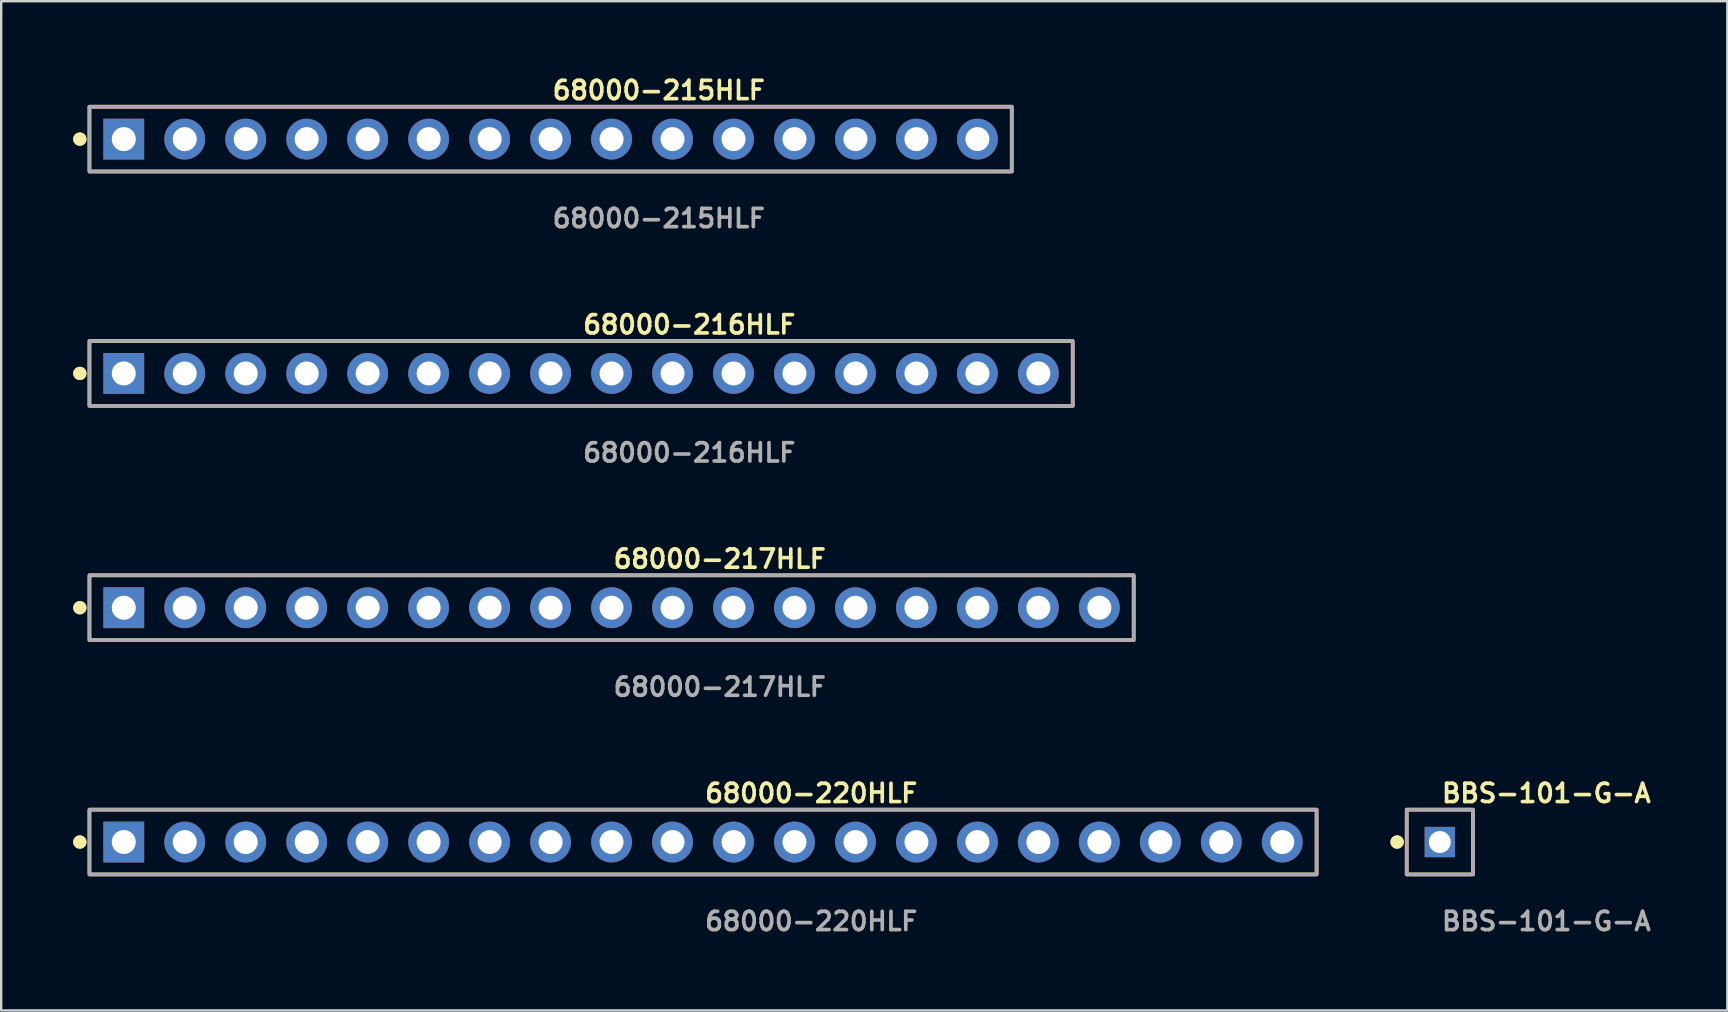
<source format=kicad_pcb>
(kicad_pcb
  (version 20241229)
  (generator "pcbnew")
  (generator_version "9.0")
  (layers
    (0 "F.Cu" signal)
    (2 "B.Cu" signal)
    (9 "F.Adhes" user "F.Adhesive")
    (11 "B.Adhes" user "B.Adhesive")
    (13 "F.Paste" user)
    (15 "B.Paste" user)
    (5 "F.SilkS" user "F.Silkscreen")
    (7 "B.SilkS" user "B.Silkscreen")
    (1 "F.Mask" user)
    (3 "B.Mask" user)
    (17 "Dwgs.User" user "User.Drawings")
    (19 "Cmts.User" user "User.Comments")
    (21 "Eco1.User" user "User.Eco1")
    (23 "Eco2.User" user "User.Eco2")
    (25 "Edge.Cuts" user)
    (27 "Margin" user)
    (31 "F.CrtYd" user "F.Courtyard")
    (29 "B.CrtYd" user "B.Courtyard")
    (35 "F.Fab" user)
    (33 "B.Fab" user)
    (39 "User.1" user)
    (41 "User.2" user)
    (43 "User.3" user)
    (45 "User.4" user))
  (footprint "68000-215HLF"
    (layer "F.Cu")
    (at 19.886 2.745)
    (property "Reference" "68000-215HLF" (at 0 -2.032 0) (unlocked yes) (layer "F.SilkS") (effects (font (size 0.762 0.762) (thickness 0.152)) (justify left)))
    (fp_rect (start -19.21 1.35) (end 19.21 -1.35) (stroke (width 0.152) (type solid)) (fill no) (layer "F.SilkS"))
    (fp_circle (center -19.61 0) (end -19.81 0) (stroke (width 0.152) (type solid)) (fill yes) (layer "F.SilkS"))
    (fp_circle (center -19.61 0) (end -19.81 0) (stroke (width 0.152) (type solid)) (fill yes) (layer "F.SilkS"))
    (fp_rect (start -19.21 1.35) (end 19.21 -1.35) (stroke (width 0.006) (type solid)) (fill no) (layer "F.CrtYd"))
    (fp_rect (start -19.21 1.35) (end 19.21 -1.35) (stroke (width 0.152) (type solid)) (fill no) (layer "F.Fab"))
    (fp_text user "${REFERENCE}" (at 0 3.302 0) (unlocked yes) (layer "F.Fab") (effects (font (size 0.762 0.762) (thickness 0.152)) (justify left)))
    (pad "1" thru_hole rect (at -17.78 0) (size 1.7 1.7) (drill 1) (layers "*.Cu" "*.Mask"))
    (pad "2" thru_hole circle (at -15.24 0) (size 1.7 1.7) (drill 1) (layers "*.Cu" "*.Mask"))
    (pad "3" thru_hole circle (at -12.7 0) (size 1.7 1.7) (drill 1) (layers "*.Cu" "*.Mask"))
    (pad "4" thru_hole circle (at -10.16 0) (size 1.7 1.7) (drill 1) (layers "*.Cu" "*.Mask"))
    (pad "5" thru_hole circle (at -7.62 0) (size 1.7 1.7) (drill 1) (layers "*.Cu" "*.Mask"))
    (pad "6" thru_hole circle (at -5.08 0) (size 1.7 1.7) (drill 1) (layers "*.Cu" "*.Mask"))
    (pad "7" thru_hole circle (at -2.54 0) (size 1.7 1.7) (drill 1) (layers "*.Cu" "*.Mask"))
    (pad "8" thru_hole circle (at 0 0) (size 1.7 1.7) (drill 1) (layers "*.Cu" "*.Mask"))
    (pad "9" thru_hole circle (at 2.54 0) (size 1.7 1.7) (drill 1) (layers "*.Cu" "*.Mask"))
    (pad "10" thru_hole circle (at 5.08 0) (size 1.7 1.7) (drill 1) (layers "*.Cu" "*.Mask"))
    (pad "11" thru_hole circle (at 7.62 0) (size 1.7 1.7) (drill 1) (layers "*.Cu" "*.Mask"))
    (pad "12" thru_hole circle (at 10.16 0) (size 1.7 1.7) (drill 1) (layers "*.Cu" "*.Mask"))
    (pad "13" thru_hole circle (at 12.7 0) (size 1.7 1.7) (drill 1) (layers "*.Cu" "*.Mask"))
    (pad "14" thru_hole circle (at 15.24 0) (size 1.7 1.7) (drill 1) (layers "*.Cu" "*.Mask"))
    (pad "15" thru_hole circle (at 17.78 0) (size 1.7 1.7) (drill 1) (layers "*.Cu" "*.Mask")))
  (footprint "68000-220HLF"
    (layer "F.Cu")
    (at 26.236 32.027)
    (property "Reference" "68000-220HLF" (at 0 -2.032 0) (unlocked yes) (layer "F.SilkS") (effects (font (size 0.762 0.762) (thickness 0.152)) (justify left)))
    (fp_rect (start -25.56 1.35) (end 25.56 -1.35) (stroke (width 0.152) (type solid)) (fill no) (layer "F.SilkS"))
    (fp_circle (center -25.96 0) (end -26.16 0) (stroke (width 0.152) (type solid)) (fill yes) (layer "F.SilkS"))
    (fp_circle (center -25.96 0) (end -26.16 0) (stroke (width 0.152) (type solid)) (fill yes) (layer "F.SilkS"))
    (fp_rect (start -25.56 1.35) (end 25.56 -1.35) (stroke (width 0.006) (type solid)) (fill no) (layer "F.CrtYd"))
    (fp_rect (start -25.56 1.35) (end 25.56 -1.35) (stroke (width 0.152) (type solid)) (fill no) (layer "F.Fab"))
    (fp_text user "${REFERENCE}" (at 0 3.302 0) (unlocked yes) (layer "F.Fab") (effects (font (size 0.762 0.762) (thickness 0.152)) (justify left)))
    (pad "1" thru_hole rect (at -24.13 0) (size 1.7 1.7) (drill 1) (layers "*.Cu" "*.Mask"))
    (pad "2" thru_hole circle (at -21.59 0) (size 1.7 1.7) (drill 1) (layers "*.Cu" "*.Mask"))
    (pad "3" thru_hole circle (at -19.05 0) (size 1.7 1.7) (drill 1) (layers "*.Cu" "*.Mask"))
    (pad "4" thru_hole circle (at -16.51 0) (size 1.7 1.7) (drill 1) (layers "*.Cu" "*.Mask"))
    (pad "5" thru_hole circle (at -13.97 0) (size 1.7 1.7) (drill 1) (layers "*.Cu" "*.Mask"))
    (pad "6" thru_hole circle (at -11.43 0) (size 1.7 1.7) (drill 1) (layers "*.Cu" "*.Mask"))
    (pad "7" thru_hole circle (at -8.89 0) (size 1.7 1.7) (drill 1) (layers "*.Cu" "*.Mask"))
    (pad "8" thru_hole circle (at -6.35 0) (size 1.7 1.7) (drill 1) (layers "*.Cu" "*.Mask"))
    (pad "9" thru_hole circle (at -3.81 0) (size 1.7 1.7) (drill 1) (layers "*.Cu" "*.Mask"))
    (pad "10" thru_hole circle (at -1.27 0) (size 1.7 1.7) (drill 1) (layers "*.Cu" "*.Mask"))
    (pad "11" thru_hole circle (at 1.27 0) (size 1.7 1.7) (drill 1) (layers "*.Cu" "*.Mask"))
    (pad "12" thru_hole circle (at 3.81 0) (size 1.7 1.7) (drill 1) (layers "*.Cu" "*.Mask"))
    (pad "13" thru_hole circle (at 6.35 0) (size 1.7 1.7) (drill 1) (layers "*.Cu" "*.Mask"))
    (pad "14" thru_hole circle (at 8.89 0) (size 1.7 1.7) (drill 1) (layers "*.Cu" "*.Mask"))
    (pad "15" thru_hole circle (at 11.43 0) (size 1.7 1.7) (drill 1) (layers "*.Cu" "*.Mask"))
    (pad "16" thru_hole circle (at 13.97 0) (size 1.7 1.7) (drill 1) (layers "*.Cu" "*.Mask"))
    (pad "17" thru_hole circle (at 16.51 0) (size 1.7 1.7) (drill 1) (layers "*.Cu" "*.Mask"))
    (pad "18" thru_hole circle (at 19.05 0) (size 1.7 1.7) (drill 1) (layers "*.Cu" "*.Mask"))
    (pad "19" thru_hole circle (at 21.59 0) (size 1.7 1.7) (drill 1) (layers "*.Cu" "*.Mask"))
    (pad "20" thru_hole circle (at 24.13 0) (size 1.7 1.7) (drill 1) (layers "*.Cu" "*.Mask")))
  (footprint "68000-216HLF"
    (layer "F.Cu")
    (at 21.156 12.506)
    (property "Reference" "68000-216HLF" (at 0 -2.032 0) (unlocked yes) (layer "F.SilkS") (effects (font (size 0.762 0.762) (thickness 0.152)) (justify left)))
    (fp_rect (start -20.48 1.35) (end 20.48 -1.35) (stroke (width 0.152) (type solid)) (fill no) (layer "F.SilkS"))
    (fp_circle (center -20.88 0) (end -21.08 0) (stroke (width 0.152) (type solid)) (fill yes) (layer "F.SilkS"))
    (fp_circle (center -20.88 0) (end -21.08 0) (stroke (width 0.152) (type solid)) (fill yes) (layer "F.SilkS"))
    (fp_rect (start -20.48 1.35) (end 20.48 -1.35) (stroke (width 0.006) (type solid)) (fill no) (layer "F.CrtYd"))
    (fp_rect (start -20.48 1.35) (end 20.48 -1.35) (stroke (width 0.152) (type solid)) (fill no) (layer "F.Fab"))
    (fp_text user "${REFERENCE}" (at 0 3.302 0) (unlocked yes) (layer "F.Fab") (effects (font (size 0.762 0.762) (thickness 0.152)) (justify left)))
    (pad "1" thru_hole rect (at -19.05 0) (size 1.7 1.7) (drill 1) (layers "*.Cu" "*.Mask"))
    (pad "2" thru_hole circle (at -16.51 0) (size 1.7 1.7) (drill 1) (layers "*.Cu" "*.Mask"))
    (pad "3" thru_hole circle (at -13.97 0) (size 1.7 1.7) (drill 1) (layers "*.Cu" "*.Mask"))
    (pad "4" thru_hole circle (at -11.43 0) (size 1.7 1.7) (drill 1) (layers "*.Cu" "*.Mask"))
    (pad "5" thru_hole circle (at -8.89 0) (size 1.7 1.7) (drill 1) (layers "*.Cu" "*.Mask"))
    (pad "6" thru_hole circle (at -6.35 0) (size 1.7 1.7) (drill 1) (layers "*.Cu" "*.Mask"))
    (pad "7" thru_hole circle (at -3.81 0) (size 1.7 1.7) (drill 1) (layers "*.Cu" "*.Mask"))
    (pad "8" thru_hole circle (at -1.27 0) (size 1.7 1.7) (drill 1) (layers "*.Cu" "*.Mask"))
    (pad "9" thru_hole circle (at 1.27 0) (size 1.7 1.7) (drill 1) (layers "*.Cu" "*.Mask"))
    (pad "10" thru_hole circle (at 3.81 0) (size 1.7 1.7) (drill 1) (layers "*.Cu" "*.Mask"))
    (pad "11" thru_hole circle (at 6.35 0) (size 1.7 1.7) (drill 1) (layers "*.Cu" "*.Mask"))
    (pad "12" thru_hole circle (at 8.89 0) (size 1.7 1.7) (drill 1) (layers "*.Cu" "*.Mask"))
    (pad "13" thru_hole circle (at 11.43 0) (size 1.7 1.7) (drill 1) (layers "*.Cu" "*.Mask"))
    (pad "14" thru_hole circle (at 13.97 0) (size 1.7 1.7) (drill 1) (layers "*.Cu" "*.Mask"))
    (pad "15" thru_hole circle (at 16.51 0) (size 1.7 1.7) (drill 1) (layers "*.Cu" "*.Mask"))
    (pad "16" thru_hole circle (at 19.05 0) (size 1.7 1.7) (drill 1) (layers "*.Cu" "*.Mask")))
  (footprint "68000-217HLF"
    (layer "F.Cu")
    (at 22.426 22.266)
    (property "Reference" "68000-217HLF" (at 0 -2.032 0) (unlocked yes) (layer "F.SilkS") (effects (font (size 0.762 0.762) (thickness 0.152)) (justify left)))
    (fp_rect (start -21.75 1.35) (end 21.75 -1.35) (stroke (width 0.152) (type solid)) (fill no) (layer "F.SilkS"))
    (fp_circle (center -22.15 0) (end -22.35 0) (stroke (width 0.152) (type solid)) (fill yes) (layer "F.SilkS"))
    (fp_circle (center -22.15 0) (end -22.35 0) (stroke (width 0.152) (type solid)) (fill yes) (layer "F.SilkS"))
    (fp_rect (start -21.75 1.35) (end 21.75 -1.35) (stroke (width 0.006) (type solid)) (fill no) (layer "F.CrtYd"))
    (fp_rect (start -21.75 1.35) (end 21.75 -1.35) (stroke (width 0.152) (type solid)) (fill no) (layer "F.Fab"))
    (fp_text user "${REFERENCE}" (at 0 3.302 0) (unlocked yes) (layer "F.Fab") (effects (font (size 0.762 0.762) (thickness 0.152)) (justify left)))
    (pad "1" thru_hole rect (at -20.32 0) (size 1.7 1.7) (drill 1) (layers "*.Cu" "*.Mask"))
    (pad "2" thru_hole circle (at -17.78 0) (size 1.7 1.7) (drill 1) (layers "*.Cu" "*.Mask"))
    (pad "3" thru_hole circle (at -15.24 0) (size 1.7 1.7) (drill 1) (layers "*.Cu" "*.Mask"))
    (pad "4" thru_hole circle (at -12.7 0) (size 1.7 1.7) (drill 1) (layers "*.Cu" "*.Mask"))
    (pad "5" thru_hole circle (at -10.16 0) (size 1.7 1.7) (drill 1) (layers "*.Cu" "*.Mask"))
    (pad "6" thru_hole circle (at -7.62 0) (size 1.7 1.7) (drill 1) (layers "*.Cu" "*.Mask"))
    (pad "7" thru_hole circle (at -5.08 0) (size 1.7 1.7) (drill 1) (layers "*.Cu" "*.Mask"))
    (pad "8" thru_hole circle (at -2.54 0) (size 1.7 1.7) (drill 1) (layers "*.Cu" "*.Mask"))
    (pad "9" thru_hole circle (at 0 0) (size 1.7 1.7) (drill 1) (layers "*.Cu" "*.Mask"))
    (pad "10" thru_hole circle (at 2.54 0) (size 1.7 1.7) (drill 1) (layers "*.Cu" "*.Mask"))
    (pad "11" thru_hole circle (at 5.08 0) (size 1.7 1.7) (drill 1) (layers "*.Cu" "*.Mask"))
    (pad "12" thru_hole circle (at 7.62 0) (size 1.7 1.7) (drill 1) (layers "*.Cu" "*.Mask"))
    (pad "13" thru_hole circle (at 10.16 0) (size 1.7 1.7) (drill 1) (layers "*.Cu" "*.Mask"))
    (pad "14" thru_hole circle (at 12.7 0) (size 1.7 1.7) (drill 1) (layers "*.Cu" "*.Mask"))
    (pad "15" thru_hole circle (at 15.24 0) (size 1.7 1.7) (drill 1) (layers "*.Cu" "*.Mask"))
    (pad "16" thru_hole circle (at 17.78 0) (size 1.7 1.7) (drill 1) (layers "*.Cu" "*.Mask"))
    (pad "17" thru_hole circle (at 20.32 0) (size 1.7 1.7) (drill 1) (layers "*.Cu" "*.Mask")))
  (footprint "BBS-101-G-A"
    (layer "F.Cu")
    (at 56.929 32.027)
    (property "Reference" "BBS-101-G-A" (at 0 -2.032 0) (unlocked yes) (layer "F.SilkS") (effects (font (size 0.762 0.762) (thickness 0.152)) (justify left)))
    (fp_rect (start -1.38 1.35) (end 1.38 -1.35) (stroke (width 0.152) (type solid)) (fill no) (layer "F.SilkS"))
    (fp_circle (center -1.78 0) (end -1.98 0) (stroke (width 0.152) (type solid)) (fill yes) (layer "F.SilkS"))
    (fp_circle (center -1.78 0) (end -1.98 0) (stroke (width 0.152) (type solid)) (fill yes) (layer "F.SilkS"))
    (fp_rect (start -1.38 1.35) (end 1.38 -1.35) (stroke (width 0.006) (type solid)) (fill no) (layer "F.CrtYd"))
    (fp_rect (start -1.38 1.35) (end 1.38 -1.35) (stroke (width 0.152) (type solid)) (fill no) (layer "F.Fab"))
    (fp_text user "${REFERENCE}" (at 0 3.302 0) (unlocked yes) (layer "F.Fab") (effects (font (size 0.762 0.762) (thickness 0.152)) (justify left)))
    (pad "1" thru_hole rect (at 0 0) (size 1.264 1.264) (drill 0.914) (layers "*.Cu" "*.Mask")))
  (gr_rect
    (start -3 -3)
    (end 68.906 39.042)
    (stroke (width 0.1) (type default))
    (fill no)
    (layer "Edge.Cuts")))
</source>
